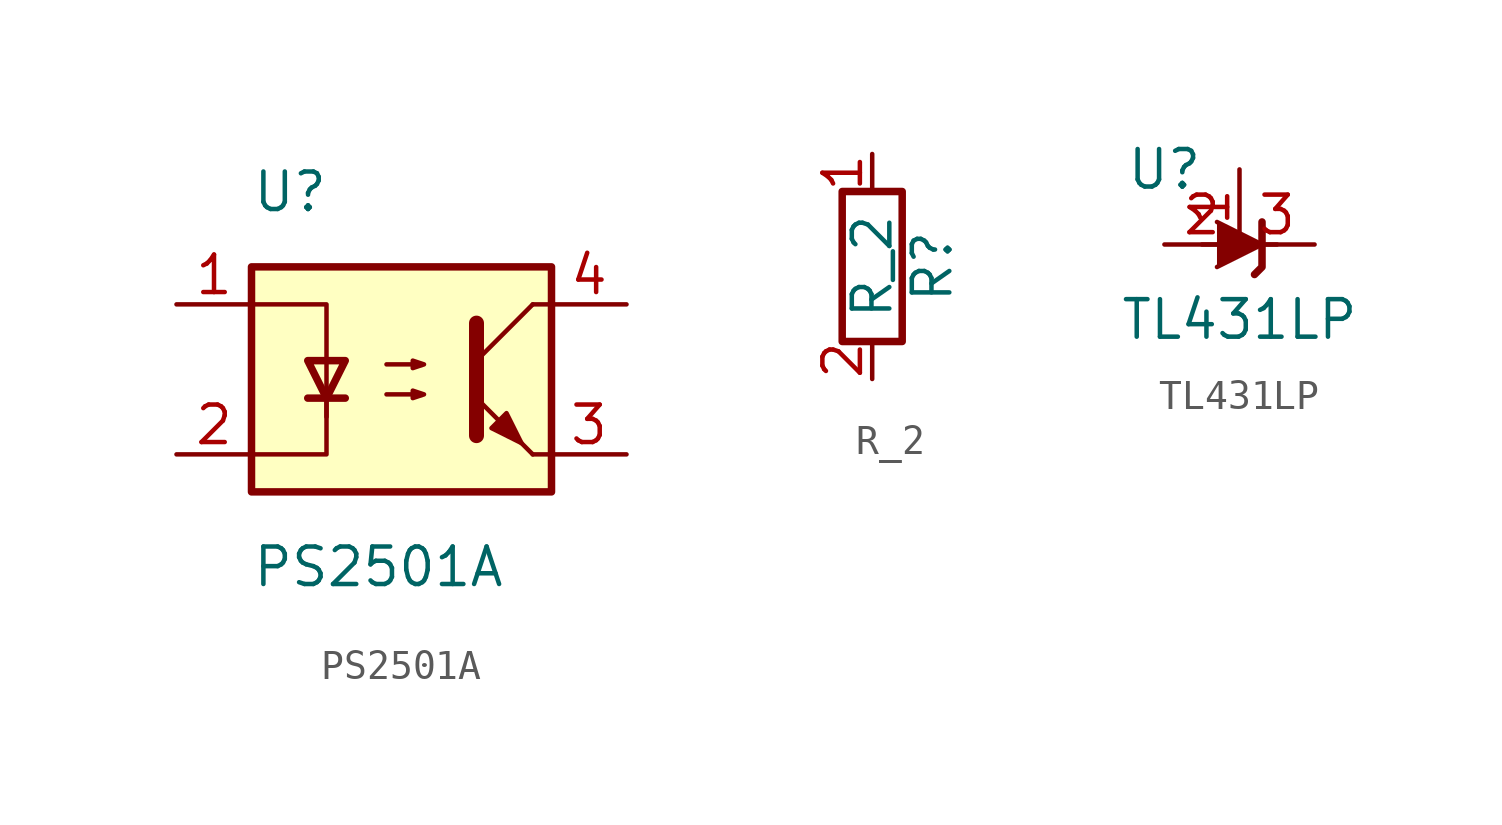
<source format=kicad_sym>
(kicad_symbol_lib
  (version 20231120)
  (generator "kicad_symbol_editor")
  (generator_version "8.0")
  (symbol "PS2501A"
    (pin_names
      (offset 1.016))
    (property "Reference" "U"
      (at -5.08 6.35 0)
      (effects (font (size 1.27 1.27)) (justify left)))
    (property "Value" "PS2501A"
      (at -5.08 -6.35 0)
      (effects (font (size 1.27 1.27)) (justify left)))
    (symbol "PS2501A_0_1"
      (rectangle (start -5.08 3.81) (end 5.08 -3.81) (stroke (width 0.254) (type default)) (fill (type background)))
      (polyline (pts (xy -3.175 -0.635) (xy -1.905 -0.635)) (stroke (width 0.254) (type default)) (fill (type none)))
      (polyline (pts (xy 2.54 0.635) (xy 4.445 2.54)) (stroke (width 0) (type default)) (fill (type none)))
      (polyline (pts (xy 4.445 -2.54) (xy 2.54 -0.635)) (stroke (width 0) (type default)) (fill (type outline)))
      (polyline (pts (xy 4.445 -2.54) (xy 5.08 -2.54)) (stroke (width 0) (type default)) (fill (type none)))
      (polyline (pts (xy 4.445 2.54) (xy 5.08 2.54)) (stroke (width 0) (type default)) (fill (type none)))
      (polyline (pts (xy -2.54 -0.635) (xy -2.54 -2.54) (xy -5.08 -2.54)) (stroke (width 0) (type default)) (fill (type none)))
      (polyline (pts (xy 2.54 1.905) (xy 2.54 -1.905) (xy 2.54 -1.905)) (stroke (width 0.508) (type default)) (fill (type none)))
      (polyline (pts (xy -5.08 2.54) (xy -2.54 2.54) (xy -2.54 -1.27) (xy -2.54 0.635)) (stroke (width 0) (type default)) (fill (type none)))
      (polyline (pts (xy -2.54 -0.635) (xy -3.175 0.635) (xy -1.905 0.635) (xy -2.54 -0.635)) (stroke (width 0.254) (type default)) (fill (type none)))
      (polyline (pts (xy -0.508 -0.508) (xy 0.762 -0.508) (xy 0.381 -0.635) (xy 0.381 -0.381) (xy 0.762 -0.508)) (stroke (width 0) (type default)) (fill (type none)))
      (polyline (pts (xy -0.508 0.508) (xy 0.762 0.508) (xy 0.381 0.381) (xy 0.381 0.635) (xy 0.762 0.508)) (stroke (width 0) (type default)) (fill (type none)))
      (polyline (pts (xy 3.048 -1.651) (xy 3.556 -1.143) (xy 4.064 -2.159) (xy 3.048 -1.651) (xy 3.048 -1.651)) (stroke (width 0) (type default)) (fill (type outline))))
    (symbol "PS2501A_1_1"
      (pin passive line (at -7.62 2.54 0) (length 2.54) (name "~" (effects (font (size 1.27 1.27)))) (number "1" (effects (font (size 1.27 1.27)))))
      (pin passive line (at -7.62 -2.54 0) (length 2.54) (name "~" (effects (font (size 1.27 1.27)))) (number "2" (effects (font (size 1.27 1.27)))))
      (pin passive line (at 7.62 -2.54 180) (length 2.54) (name "~" (effects (font (size 1.27 1.27)))) (number "3" (effects (font (size 1.27 1.27)))))
      (pin passive line (at 7.62 2.54 180) (length 2.54) (name "~" (effects (font (size 1.27 1.27)))) (number "4" (effects (font (size 1.27 1.27)))))))
  (symbol "R_2"
    (pin_names
      (offset 0) hide)
    (property "Reference" "R"
      (at 2.032 0 90)
      (effects (font (size 1.27 1.27))))
    (property "Value" "R_2"
      (at 0 0 90)
      (effects (font (size 1.27 1.27))))
    (symbol "R_2_0_1"
      (rectangle (start -1.016 -2.54) (end 1.016 2.54) (stroke (width 0.254) (type default)) (fill (type none))))
    (symbol "R_2_1_1"
      (pin passive line (at 0 3.81 270) (length 1.27) (name "~" (effects (font (size 1.27 1.27)))) (number "1" (effects (font (size 1.27 1.27)))))
      (pin passive line (at 0 -3.81 90) (length 1.27) (name "~" (effects (font (size 1.27 1.27)))) (number "2" (effects (font (size 1.27 1.27)))))))
  (symbol "TL431LP"
    (pin_names hide)
    (property "Reference" "U"
      (at -2.54 2.54 0)
      (effects (font (size 1.27 1.27))))
    (property "Value" "TL431LP"
      (at 0 -2.54 0)
      (effects (font (size 1.27 1.27))))
    (symbol "TL431LP_0_1"
      (polyline (pts (xy -1.27 0) (xy 0 0) (xy 1.27 0)) (stroke (width 0) (type default)) (fill (type none)))
      (polyline (pts (xy -0.762 0.762) (xy 0.762 0) (xy -0.762 -0.762)) (stroke (width 0) (type default)) (fill (type outline)))
      (polyline (pts (xy 0.508 -1.016) (xy 0.762 -0.762) (xy 0.762 0.762) (xy 0.762 0.762)) (stroke (width 0.254) (type default)) (fill (type none))))
    (symbol "TL431LP_1_1"
      (pin passive line (at 0 2.54 270) (length 2.54) (name "REF" (effects (font (size 1.27 1.27)))) (number "1" (effects (font (size 1.27 1.27)))))
      (pin passive line (at -2.54 0 0) (length 2.54) (name "A" (effects (font (size 1.27 1.27)))) (number "2" (effects (font (size 1.27 1.27)))))
      (pin passive line (at 2.54 0 180) (length 2.54) (name "K" (effects (font (size 1.27 1.27)))) (number "3" (effects (font (size 1.27 1.27))))))))
</source>
